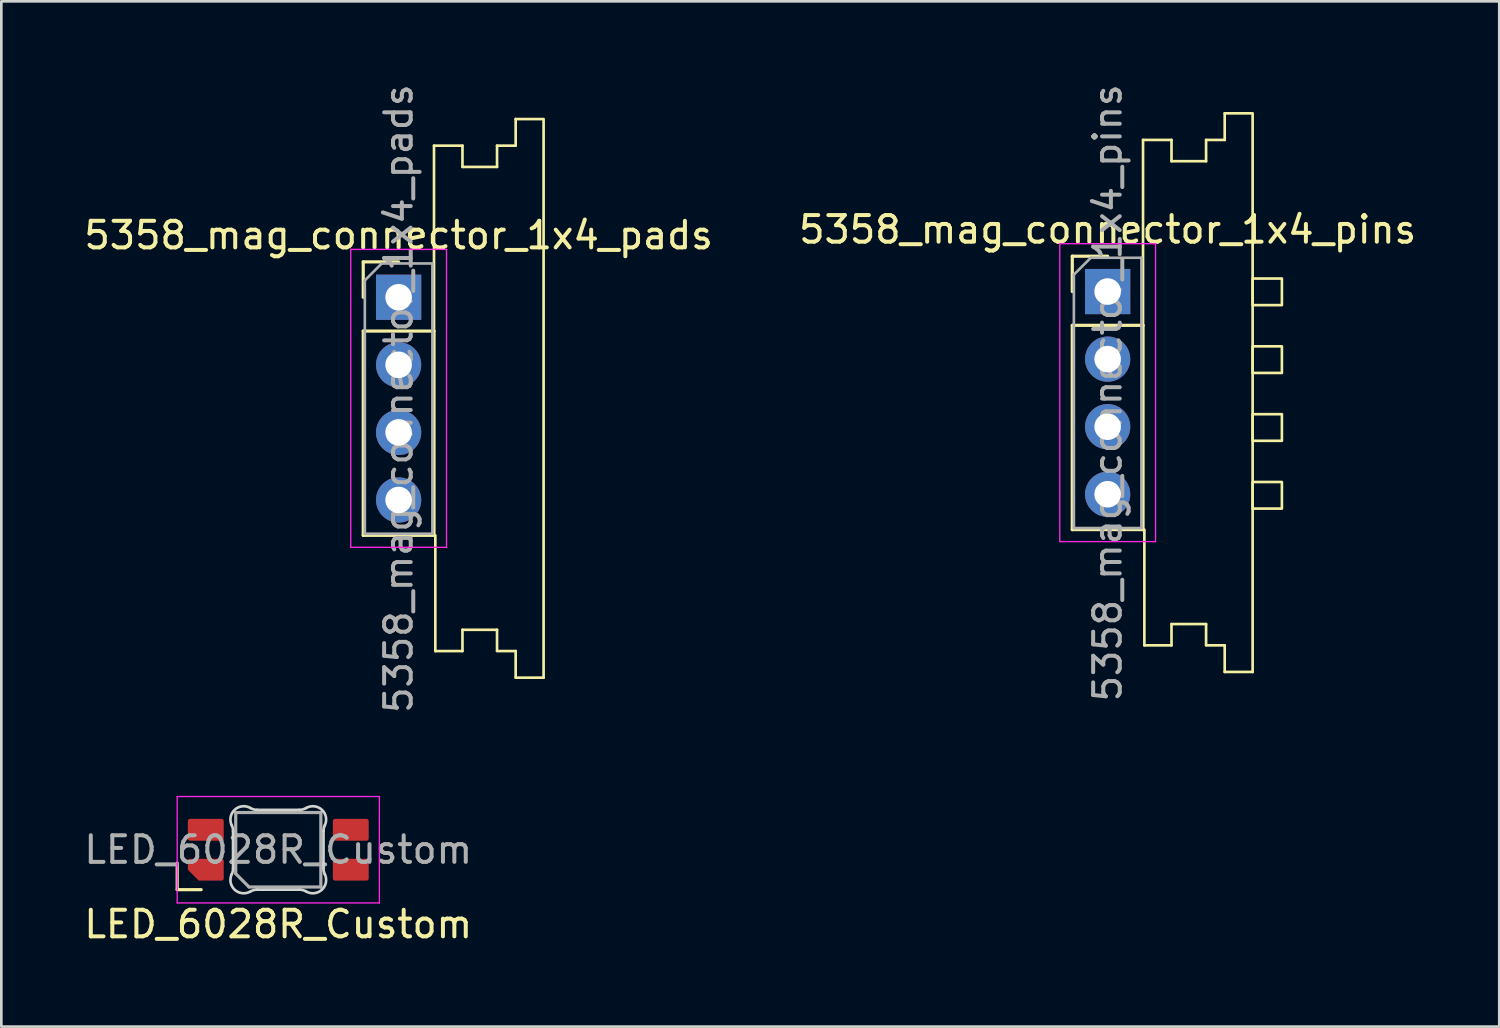
<source format=kicad_pcb>
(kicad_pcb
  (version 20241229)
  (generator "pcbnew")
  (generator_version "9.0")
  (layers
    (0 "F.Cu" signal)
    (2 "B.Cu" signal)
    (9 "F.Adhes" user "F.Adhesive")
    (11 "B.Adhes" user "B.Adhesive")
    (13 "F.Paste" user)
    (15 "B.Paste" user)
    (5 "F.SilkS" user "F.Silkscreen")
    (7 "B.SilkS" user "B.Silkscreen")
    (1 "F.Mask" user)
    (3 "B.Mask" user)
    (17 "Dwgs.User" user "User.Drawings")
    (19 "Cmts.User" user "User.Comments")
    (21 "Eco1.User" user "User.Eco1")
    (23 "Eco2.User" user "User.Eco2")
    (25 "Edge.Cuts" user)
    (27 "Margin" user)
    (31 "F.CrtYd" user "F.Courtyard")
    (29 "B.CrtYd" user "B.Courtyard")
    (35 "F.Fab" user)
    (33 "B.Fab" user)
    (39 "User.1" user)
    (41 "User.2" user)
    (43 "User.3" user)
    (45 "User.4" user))
  (footprint "5358_mag_connector_1x4_pads"
    (layer "F.Cu")
    (at 11.935 11.935)
    (property "Reference" "5358_mag_connector_1x4_pads" (at 0 -6.14 0) (layer "F.SilkS") (effects (font (size 1 1) (thickness 0.15))))
    (attr through_hole)
    (fp_line (start -1.33 -5.14) (end 0 -5.14) (stroke (width 0.12) (type solid)) (layer "F.SilkS"))
    (fp_line (start -1.33 -3.81) (end -1.33 -5.14) (stroke (width 0.12) (type solid)) (layer "F.SilkS"))
    (fp_line (start -1.33 -2.54) (end -1.33 5.14) (stroke (width 0.12) (type solid)) (layer "F.SilkS"))
    (fp_line (start -1.33 -2.54) (end 1.33 -2.54) (stroke (width 0.12) (type solid)) (layer "F.SilkS"))
    (fp_line (start -1.33 5.14) (end 1.33 5.14) (stroke (width 0.12) (type solid)) (layer "F.SilkS"))
    (fp_line (start 1.33 -9.51) (end 2.4 -9.51) (stroke (width 0.1) (type default)) (layer "F.SilkS"))
    (fp_line (start 1.33 -2.54) (end 1.33 -9.51) (stroke (width 0.1) (type default)) (layer "F.SilkS"))
    (fp_line (start 1.33 -2.54) (end 1.33 5.14) (stroke (width 0.12) (type solid)) (layer "F.SilkS"))
    (fp_line (start 1.38 9.49) (end 1.38 5.14) (stroke (width 0.1) (type default)) (layer "F.SilkS"))
    (fp_line (start 1.38 9.49) (end 2.4 9.49) (stroke (width 0.1) (type default)) (layer "F.SilkS"))
    (fp_line (start 2.4 -9.51) (end 2.4 -8.71) (stroke (width 0.1) (type default)) (layer "F.SilkS"))
    (fp_line (start 2.4 -8.71) (end 3.7 -8.71) (stroke (width 0.1) (type default)) (layer "F.SilkS"))
    (fp_line (start 2.4 8.69) (end 3.7 8.69) (stroke (width 0.1) (type default)) (layer "F.SilkS"))
    (fp_line (start 2.4 9.49) (end 2.4 8.69) (stroke (width 0.1) (type default)) (layer "F.SilkS"))
    (fp_line (start 3.7 -9.51) (end 4.4 -9.51) (stroke (width 0.1) (type default)) (layer "F.SilkS"))
    (fp_line (start 3.7 -8.71) (end 3.7 -9.51) (stroke (width 0.1) (type default)) (layer "F.SilkS"))
    (fp_line (start 3.7 8.69) (end 3.7 9.48) (stroke (width 0.1) (type default)) (layer "F.SilkS"))
    (fp_line (start 3.7 9.49) (end 4.4 9.49) (stroke (width 0.1) (type default)) (layer "F.SilkS"))
    (fp_line (start 4.4 -10.51) (end 5.4 -10.51) (stroke (width 0.1) (type default)) (layer "F.SilkS"))
    (fp_line (start 4.4 -9.51) (end 4.4 -10.51) (stroke (width 0.1) (type default)) (layer "F.SilkS"))
    (fp_line (start 4.4 9.49) (end 4.4 10.49) (stroke (width 0.1) (type default)) (layer "F.SilkS"))
    (fp_line (start 4.4 10.49) (end 5.45 10.49) (stroke (width 0.1) (type default)) (layer "F.SilkS"))
    (fp_line (start 5.45 10.49) (end 5.45 -10.51) (stroke (width 0.1) (type default)) (layer "F.SilkS"))
    (fp_line (start -1.8 -5.61) (end -1.8 5.59) (stroke (width 0.05) (type solid)) (layer "F.CrtYd"))
    (fp_line (start -1.8 5.59) (end 1.8 5.59) (stroke (width 0.05) (type solid)) (layer "F.CrtYd"))
    (fp_line (start 1.8 -5.61) (end -1.8 -5.61) (stroke (width 0.05) (type solid)) (layer "F.CrtYd"))
    (fp_line (start 1.8 5.59) (end 1.8 -5.61) (stroke (width 0.05) (type solid)) (layer "F.CrtYd"))
    (fp_line (start -1.27 -4.445) (end -0.635 -5.08) (stroke (width 0.1) (type solid)) (layer "F.Fab"))
    (fp_line (start -1.27 5.08) (end -1.27 -4.445) (stroke (width 0.1) (type solid)) (layer "F.Fab"))
    (fp_line (start -0.635 -5.08) (end 1.27 -5.08) (stroke (width 0.1) (type solid)) (layer "F.Fab"))
    (fp_line (start 1.27 -5.08) (end 1.27 5.08) (stroke (width 0.1) (type solid)) (layer "F.Fab"))
    (fp_line (start 1.27 5.08) (end -1.27 5.08) (stroke (width 0.1) (type solid)) (layer "F.Fab"))
    (fp_text user "${REFERENCE}" (at 0 0 90) (layer "F.Fab") (effects (font (size 1 1) (thickness 0.15))))
    (pad "1" thru_hole rect (at 0 -3.81) (size 1.7 1.7) (drill 1) (layers "*.Cu" "*.Mask"))
    (pad "2" thru_hole oval (at 0 -1.27) (size 1.7 1.7) (drill 1) (layers "*.Cu" "*.Mask"))
    (pad "3" thru_hole oval (at 0 1.27) (size 1.7 1.7) (drill 1) (layers "*.Cu" "*.Mask"))
    (pad "4" thru_hole oval (at 0 3.81) (size 1.7 1.7) (drill 1) (layers "*.Cu" "*.Mask")))
  (footprint "LED_6028R_Custom"
    (layer "F.Cu")
    (at 7.411 28.894)
    (property "Reference" "LED_6028R_Custom" (at 0 2.8 0) (layer "F.SilkS") (effects (font (size 1 1) (thickness 0.15))))
    (attr smd)
    (fp_line (start -3.8 0.5) (end -3.8 1.5) (stroke (width 0.12) (type solid)) (layer "F.SilkS"))
    (fp_line (start -3.8 1.5) (end -2.9 1.5) (stroke (width 0.12) (type solid)) (layer "F.SilkS"))
    (fp_line (start -1.7 -0.703) (end -1.7 0.703) (stroke (width 0.1) (type solid)) (layer "Edge.Cuts"))
    (fp_line (start -0.794 1.5) (end 0.794 1.5) (stroke (width 0.1) (type solid)) (layer "Edge.Cuts"))
    (fp_line (start 0.794 -1.5) (end -0.794 -1.5) (stroke (width 0.1) (type solid)) (layer "Edge.Cuts"))
    (fp_line (start 1.7 0.703) (end 1.7 -0.703) (stroke (width 0.1) (type solid)) (layer "Edge.Cuts"))
    (fp_arc (start -1.749484 -0.919721) (mid -1.712527 -0.814069) (end -1.699999 -0.702844) (stroke (width 0.1) (type solid)) (layer "Edge.Cuts"))
    (fp_arc (start -1.749484 -0.919721) (mid -1.638071 -1.504036) (end -1.046711 -1.568299) (stroke (width 0.1) (type solid)) (layer "Edge.Cuts"))
    (fp_arc (start -1.699999 0.702841) (mid -1.712527 0.814067) (end -1.749484 0.919719) (stroke (width 0.1) (type solid)) (layer "Edge.Cuts"))
    (fp_arc (start -1.046711 1.568298) (mid -1.638072 1.504034) (end -1.749484 0.919718) (stroke (width 0.1) (type solid)) (layer "Edge.Cuts"))
    (fp_arc (start -1.046711 1.568298) (mid -0.925123 1.517376) (end -0.794452 1.499999) (stroke (width 0.1) (type solid)) (layer "Edge.Cuts"))
    (fp_arc (start -0.794453 -1.5) (mid -0.925123 -1.517377) (end -1.046711 -1.568299) (stroke (width 0.1) (type solid)) (layer "Edge.Cuts"))
    (fp_arc (start 0.794452 1.499999) (mid 0.925122 1.517376) (end 1.04671 1.568298) (stroke (width 0.1) (type solid)) (layer "Edge.Cuts"))
    (fp_arc (start 1.046711 -1.5683) (mid 0.925123 -1.517378) (end 0.794453 -1.500001) (stroke (width 0.1) (type solid)) (layer "Edge.Cuts"))
    (fp_arc (start 1.046711 -1.5683) (mid 1.638071 -1.504036) (end 1.749484 -0.919721) (stroke (width 0.1) (type solid)) (layer "Edge.Cuts"))
    (fp_arc (start 1.699999 -0.702843) (mid 1.712527 -0.814069) (end 1.749484 -0.919721) (stroke (width 0.1) (type solid)) (layer "Edge.Cuts"))
    (fp_arc (start 1.749484 0.919719) (mid 1.63807 1.504033) (end 1.046711 1.568296) (stroke (width 0.1) (type solid)) (layer "Edge.Cuts"))
    (fp_arc (start 1.749484 0.919719) (mid 1.712527 0.814067) (end 1.699999 0.702842) (stroke (width 0.1) (type solid)) (layer "Edge.Cuts"))
    (fp_line (start -3.8 -2) (end 3.8 -2) (stroke (width 0.05) (type solid)) (layer "F.CrtYd"))
    (fp_line (start -3.8 2) (end -3.8 -2) (stroke (width 0.05) (type solid)) (layer "F.CrtYd"))
    (fp_line (start 3.8 -2) (end 3.8 2) (stroke (width 0.05) (type solid)) (layer "F.CrtYd"))
    (fp_line (start 3.8 2) (end -3.8 2) (stroke (width 0.05) (type solid)) (layer "F.CrtYd"))
    (fp_line (start -1.6 -1.4) (end 1.6 -1.4) (stroke (width 0.12) (type solid)) (layer "F.Fab"))
    (fp_line (start -1.6 0.9) (end -1.6 -1.4) (stroke (width 0.12) (type solid)) (layer "F.Fab"))
    (fp_line (start -1.6 0.9) (end -1.1 1.4) (stroke (width 0.12) (type solid)) (layer "F.Fab"))
    (fp_line (start 1.6 -1.4) (end 1.6 1.4) (stroke (width 0.12) (type solid)) (layer "F.Fab"))
    (fp_line (start 1.6 1.4) (end -1.1 1.4) (stroke (width 0.12) (type solid)) (layer "F.Fab"))
    (fp_text user "${REFERENCE}" (at 0 0 0) (layer "F.Fab") (effects (font (size 1 1) (thickness 0.15))))
    (pad "1" smd roundrect (at 2.725 -0.75 90) (size 0.82 1.35) (layers "F.Cu" "F.Mask" "F.Paste") (roundrect_rratio 0.1))
    (pad "2" smd roundrect (at 2.725 0.75 90) (size 0.82 1.35) (layers "F.Cu" "F.Mask" "F.Paste") (roundrect_rratio 0.1))
    (pad "3" smd roundrect (at -2.725 -0.75 90) (size 0.82 1.35) (layers "F.Cu" "F.Mask" "F.Paste") (roundrect_rratio 0.1))
    (pad "4" smd roundrect (at -2.725 0.75 90) (size 0.82 1.35) (layers "F.Cu" "F.Mask" "F.Paste") (roundrect_rratio 0.1) (chamfer_ratio 0.5) (chamfer top_left)))
  (footprint "5358_mag_connector_1x4_pins"
    (layer "F.Cu")
    (at 38.589 11.72)
    (property "Reference" "5358_mag_connector_1x4_pins" (at 0 -6.14 0) (layer "F.SilkS") (effects (font (size 1 1) (thickness 0.15))))
    (attr through_hole)
    (fp_line (start -1.33 -5.14) (end 0 -5.14) (stroke (width 0.12) (type solid)) (layer "F.SilkS"))
    (fp_line (start -1.33 -3.81) (end -1.33 -5.14) (stroke (width 0.12) (type solid)) (layer "F.SilkS"))
    (fp_line (start -1.33 -2.54) (end -1.33 5.14) (stroke (width 0.12) (type solid)) (layer "F.SilkS"))
    (fp_line (start -1.33 -2.54) (end 1.33 -2.54) (stroke (width 0.12) (type solid)) (layer "F.SilkS"))
    (fp_line (start -1.33 5.14) (end 1.33 5.14) (stroke (width 0.12) (type solid)) (layer "F.SilkS"))
    (fp_line (start 1.33 -9.51) (end 2.4 -9.51) (stroke (width 0.1) (type default)) (layer "F.SilkS"))
    (fp_line (start 1.33 -2.54) (end 1.33 -9.51) (stroke (width 0.1) (type default)) (layer "F.SilkS"))
    (fp_line (start 1.33 -2.54) (end 1.33 5.14) (stroke (width 0.12) (type solid)) (layer "F.SilkS"))
    (fp_line (start 1.38 9.49) (end 1.38 5.14) (stroke (width 0.1) (type default)) (layer "F.SilkS"))
    (fp_line (start 1.38 9.49) (end 2.4 9.49) (stroke (width 0.1) (type default)) (layer "F.SilkS"))
    (fp_line (start 2.4 -9.51) (end 2.4 -8.71) (stroke (width 0.1) (type default)) (layer "F.SilkS"))
    (fp_line (start 2.4 -8.71) (end 3.7 -8.71) (stroke (width 0.1) (type default)) (layer "F.SilkS"))
    (fp_line (start 2.4 8.69) (end 3.7 8.69) (stroke (width 0.1) (type default)) (layer "F.SilkS"))
    (fp_line (start 2.4 9.49) (end 2.4 8.69) (stroke (width 0.1) (type default)) (layer "F.SilkS"))
    (fp_line (start 3.7 -9.51) (end 4.4 -9.51) (stroke (width 0.1) (type default)) (layer "F.SilkS"))
    (fp_line (start 3.7 -8.71) (end 3.7 -9.51) (stroke (width 0.1) (type default)) (layer "F.SilkS"))
    (fp_line (start 3.7 8.69) (end 3.7 9.48) (stroke (width 0.1) (type default)) (layer "F.SilkS"))
    (fp_line (start 3.7 9.49) (end 4.4 9.49) (stroke (width 0.1) (type default)) (layer "F.SilkS"))
    (fp_line (start 4.4 -10.51) (end 5.4 -10.51) (stroke (width 0.1) (type default)) (layer "F.SilkS"))
    (fp_line (start 4.4 -9.51) (end 4.4 -10.51) (stroke (width 0.1) (type default)) (layer "F.SilkS"))
    (fp_line (start 4.4 9.49) (end 4.4 10.49) (stroke (width 0.1) (type default)) (layer "F.SilkS"))
    (fp_line (start 4.4 10.49) (end 5.45 10.49) (stroke (width 0.1) (type default)) (layer "F.SilkS"))
    (fp_line (start 5.45 10.49) (end 5.45 -10.51) (stroke (width 0.1) (type default)) (layer "F.SilkS"))
    (fp_rect (start 5.45 -4.3) (end 6.55 -3.3) (stroke (width 0.1) (type default)) (fill no) (layer "F.SilkS"))
    (fp_rect (start 5.45 -1.75) (end 6.55 -0.75) (stroke (width 0.1) (type default)) (fill no) (layer "F.SilkS"))
    (fp_rect (start 5.45 0.8) (end 6.55 1.8) (stroke (width 0.1) (type default)) (fill no) (layer "F.SilkS"))
    (fp_rect (start 5.45 3.35) (end 6.55 4.35) (stroke (width 0.1) (type default)) (fill no) (layer "F.SilkS"))
    (fp_line (start -1.8 -5.61) (end -1.8 5.59) (stroke (width 0.05) (type solid)) (layer "F.CrtYd"))
    (fp_line (start -1.8 5.59) (end 1.8 5.59) (stroke (width 0.05) (type solid)) (layer "F.CrtYd"))
    (fp_line (start 1.8 -5.61) (end -1.8 -5.61) (stroke (width 0.05) (type solid)) (layer "F.CrtYd"))
    (fp_line (start 1.8 5.59) (end 1.8 -5.61) (stroke (width 0.05) (type solid)) (layer "F.CrtYd"))
    (fp_line (start -1.27 -4.445) (end -0.635 -5.08) (stroke (width 0.1) (type solid)) (layer "F.Fab"))
    (fp_line (start -1.27 5.08) (end -1.27 -4.445) (stroke (width 0.1) (type solid)) (layer "F.Fab"))
    (fp_line (start -0.635 -5.08) (end 1.27 -5.08) (stroke (width 0.1) (type solid)) (layer "F.Fab"))
    (fp_line (start 1.27 -5.08) (end 1.27 5.08) (stroke (width 0.1) (type solid)) (layer "F.Fab"))
    (fp_line (start 1.27 5.08) (end -1.27 5.08) (stroke (width 0.1) (type solid)) (layer "F.Fab"))
    (fp_text user "${REFERENCE}" (at 0 0 90) (layer "F.Fab") (effects (font (size 1 1) (thickness 0.15))))
    (pad "1" thru_hole rect (at 0 -3.81) (size 1.7 1.7) (drill 1) (layers "*.Cu" "*.Mask"))
    (pad "2" thru_hole oval (at 0 -1.27) (size 1.7 1.7) (drill 1) (layers "*.Cu" "*.Mask"))
    (pad "3" thru_hole oval (at 0 1.27) (size 1.7 1.7) (drill 1) (layers "*.Cu" "*.Mask"))
    (pad "4" thru_hole oval (at 0 3.81) (size 1.7 1.7) (drill 1) (layers "*.Cu" "*.Mask")))
  (gr_rect
    (start -3 -3)
    (end 53.31 35.542)
    (stroke (width 0.1) (type default))
    (fill no)
    (layer "Edge.Cuts")))
</source>
